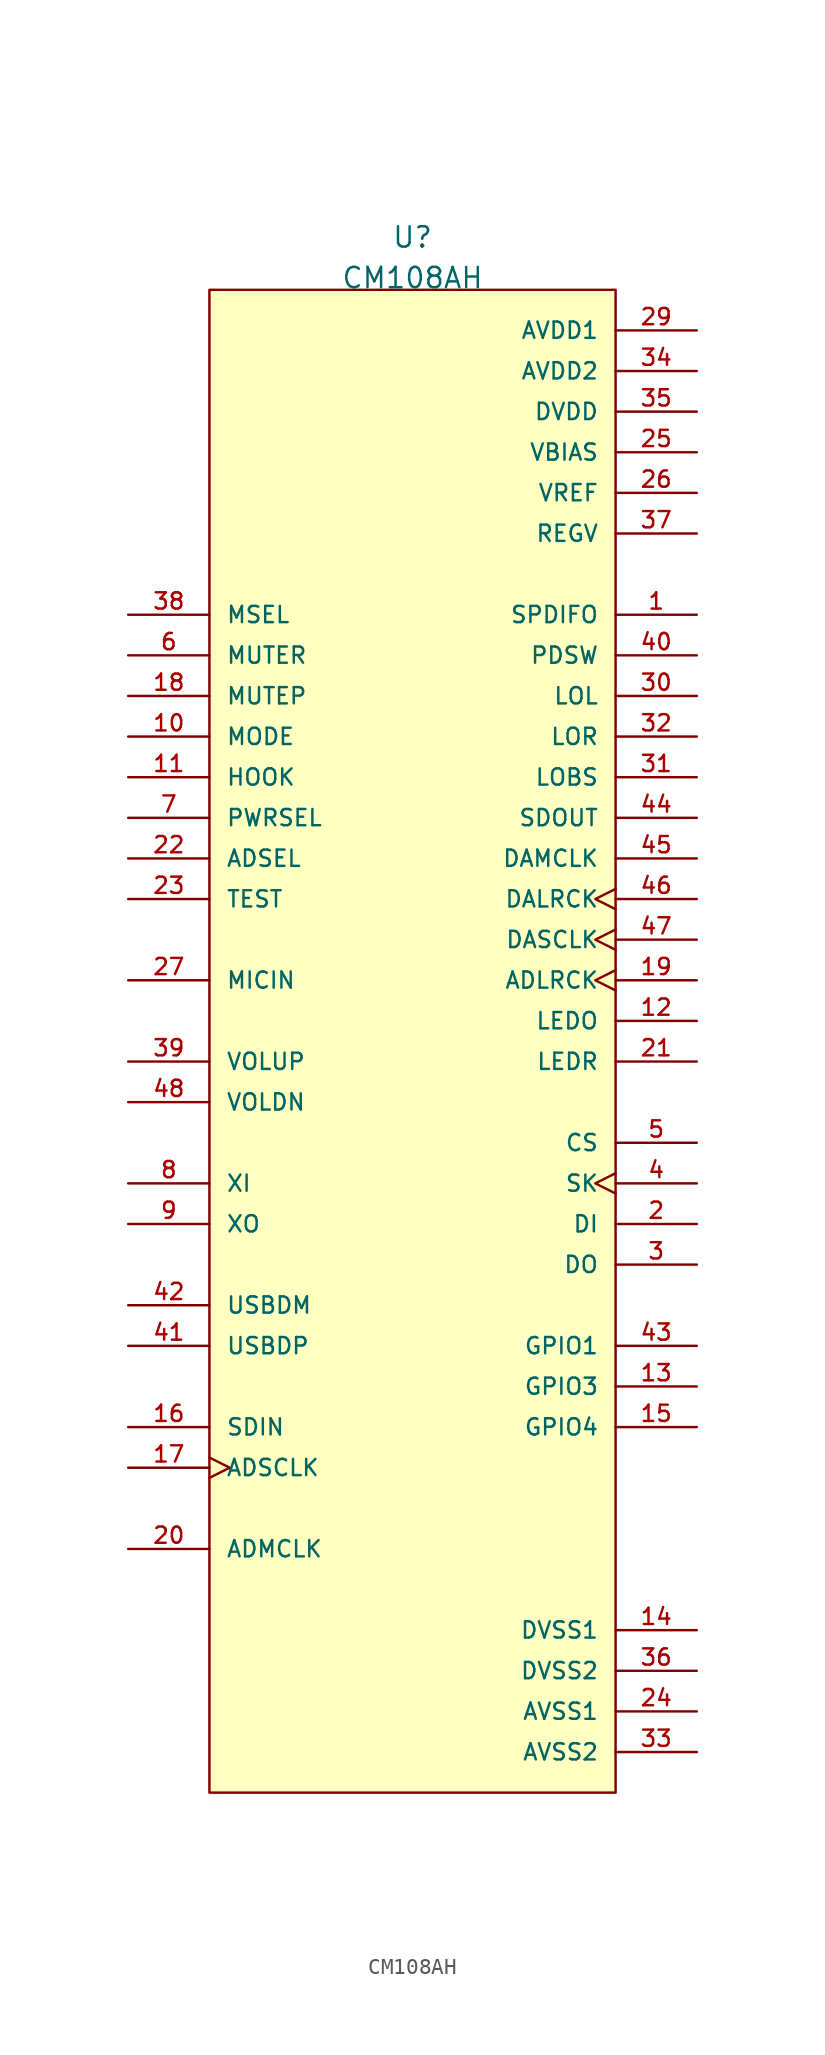
<source format=kicad_sym>
(kicad_symbol_lib
  (version 20211014)
  (generator kicad_symbol_editor)
  (symbol "CM108AH"
    (pin_names
      (offset 1.016))
    (property "Reference" "U"
      (at 0 50.8 0)
      (effects (font (size 1.27 1.27)) (justify bottom)))
    (property "Value" "CM108AH"
      (at 0 48.26 0)
      (effects (font (size 1.27 1.27)) (justify bottom)))
    (symbol "CM108AH_0_0"
      (rectangle (start -12.7 -45.72) (end 12.7 48.26) (stroke (width 0.152) (type default) (color 0 0 0 0)) (fill (type background)))
      (pin passive line (at 17.78 27.94 180) (length 5.08) (name "SPDIFO" (effects (font (size 1.016 1.016)))) (number "1" (effects (font (size 1.016 1.016)))))
      (pin passive line (at -17.78 20.32 0) (length 5.08) (name "MODE" (effects (font (size 1.016 1.016)))) (number "10" (effects (font (size 1.016 1.016)))))
      (pin passive line (at -17.78 17.78 0) (length 5.08) (name "HOOK" (effects (font (size 1.016 1.016)))) (number "11" (effects (font (size 1.016 1.016)))))
      (pin passive line (at 17.78 2.54 180) (length 5.08) (name "LEDO" (effects (font (size 1.016 1.016)))) (number "12" (effects (font (size 1.016 1.016)))))
      (pin passive line (at 17.78 -20.32 180) (length 5.08) (name "GPIO3" (effects (font (size 1.016 1.016)))) (number "13" (effects (font (size 1.016 1.016)))))
      (pin passive line (at 17.78 -35.56 180) (length 5.08) (name "DVSS1" (effects (font (size 1.016 1.016)))) (number "14" (effects (font (size 1.016 1.016)))))
      (pin passive line (at 17.78 -22.86 180) (length 5.08) (name "GPIO4" (effects (font (size 1.016 1.016)))) (number "15" (effects (font (size 1.016 1.016)))))
      (pin passive line (at -17.78 -22.86 0) (length 5.08) (name "SDIN" (effects (font (size 1.016 1.016)))) (number "16" (effects (font (size 1.016 1.016)))))
      (pin passive clock (at -17.78 -25.4 0) (length 5.08) (name "ADSCLK" (effects (font (size 1.016 1.016)))) (number "17" (effects (font (size 1.016 1.016)))))
      (pin passive line (at -17.78 22.86 0) (length 5.08) (name "MUTEP" (effects (font (size 1.016 1.016)))) (number "18" (effects (font (size 1.016 1.016)))))
      (pin passive clock (at 17.78 5.08 180) (length 5.08) (name "ADLRCK" (effects (font (size 1.016 1.016)))) (number "19" (effects (font (size 1.016 1.016)))))
      (pin passive line (at 17.78 -10.16 180) (length 5.08) (name "DI" (effects (font (size 1.016 1.016)))) (number "2" (effects (font (size 1.016 1.016)))))
      (pin passive line (at -17.78 -30.48 0) (length 5.08) (name "ADMCLK" (effects (font (size 1.016 1.016)))) (number "20" (effects (font (size 1.016 1.016)))))
      (pin passive line (at 17.78 0 180) (length 5.08) (name "LEDR" (effects (font (size 1.016 1.016)))) (number "21" (effects (font (size 1.016 1.016)))))
      (pin passive line (at -17.78 12.7 0) (length 5.08) (name "ADSEL" (effects (font (size 1.016 1.016)))) (number "22" (effects (font (size 1.016 1.016)))))
      (pin passive line (at -17.78 10.16 0) (length 5.08) (name "TEST" (effects (font (size 1.016 1.016)))) (number "23" (effects (font (size 1.016 1.016)))))
      (pin passive line (at 17.78 -40.64 180) (length 5.08) (name "AVSS1" (effects (font (size 1.016 1.016)))) (number "24" (effects (font (size 1.016 1.016)))))
      (pin passive line (at 17.78 38.1 180) (length 5.08) (name "VBIAS" (effects (font (size 1.016 1.016)))) (number "25" (effects (font (size 1.016 1.016)))))
      (pin passive line (at 17.78 35.56 180) (length 5.08) (name "VREF" (effects (font (size 1.016 1.016)))) (number "26" (effects (font (size 1.016 1.016)))))
      (pin passive line (at -17.78 5.08 0) (length 5.08) (name "MICIN" (effects (font (size 1.016 1.016)))) (number "27" (effects (font (size 1.016 1.016)))))
      (pin passive line (at 17.78 45.72 180) (length 5.08) (name "AVDD1" (effects (font (size 1.016 1.016)))) (number "29" (effects (font (size 1.016 1.016)))))
      (pin passive line (at 17.78 -12.7 180) (length 5.08) (name "DO" (effects (font (size 1.016 1.016)))) (number "3" (effects (font (size 1.016 1.016)))))
      (pin passive line (at 17.78 22.86 180) (length 5.08) (name "LOL" (effects (font (size 1.016 1.016)))) (number "30" (effects (font (size 1.016 1.016)))))
      (pin passive line (at 17.78 17.78 180) (length 5.08) (name "LOBS" (effects (font (size 1.016 1.016)))) (number "31" (effects (font (size 1.016 1.016)))))
      (pin passive line (at 17.78 20.32 180) (length 5.08) (name "LOR" (effects (font (size 1.016 1.016)))) (number "32" (effects (font (size 1.016 1.016)))))
      (pin passive line (at 17.78 -43.18 180) (length 5.08) (name "AVSS2" (effects (font (size 1.016 1.016)))) (number "33" (effects (font (size 1.016 1.016)))))
      (pin passive line (at 17.78 43.18 180) (length 5.08) (name "AVDD2" (effects (font (size 1.016 1.016)))) (number "34" (effects (font (size 1.016 1.016)))))
      (pin passive line (at 17.78 40.64 180) (length 5.08) (name "DVDD" (effects (font (size 1.016 1.016)))) (number "35" (effects (font (size 1.016 1.016)))))
      (pin passive line (at 17.78 -38.1 180) (length 5.08) (name "DVSS2" (effects (font (size 1.016 1.016)))) (number "36" (effects (font (size 1.016 1.016)))))
      (pin passive line (at 17.78 33.02 180) (length 5.08) (name "REGV" (effects (font (size 1.016 1.016)))) (number "37" (effects (font (size 1.016 1.016)))))
      (pin passive line (at -17.78 27.94 0) (length 5.08) (name "MSEL" (effects (font (size 1.016 1.016)))) (number "38" (effects (font (size 1.016 1.016)))))
      (pin passive line (at -17.78 0 0) (length 5.08) (name "VOLUP" (effects (font (size 1.016 1.016)))) (number "39" (effects (font (size 1.016 1.016)))))
      (pin passive clock (at 17.78 -7.62 180) (length 5.08) (name "SK" (effects (font (size 1.016 1.016)))) (number "4" (effects (font (size 1.016 1.016)))))
      (pin passive line (at 17.78 25.4 180) (length 5.08) (name "PDSW" (effects (font (size 1.016 1.016)))) (number "40" (effects (font (size 1.016 1.016)))))
      (pin passive line (at -17.78 -17.78 0) (length 5.08) (name "USBDP" (effects (font (size 1.016 1.016)))) (number "41" (effects (font (size 1.016 1.016)))))
      (pin passive line (at -17.78 -15.24 0) (length 5.08) (name "USBDM" (effects (font (size 1.016 1.016)))) (number "42" (effects (font (size 1.016 1.016)))))
      (pin passive line (at 17.78 -17.78 180) (length 5.08) (name "GPIO1" (effects (font (size 1.016 1.016)))) (number "43" (effects (font (size 1.016 1.016)))))
      (pin passive line (at 17.78 15.24 180) (length 5.08) (name "SDOUT" (effects (font (size 1.016 1.016)))) (number "44" (effects (font (size 1.016 1.016)))))
      (pin passive line (at 17.78 12.7 180) (length 5.08) (name "DAMCLK" (effects (font (size 1.016 1.016)))) (number "45" (effects (font (size 1.016 1.016)))))
      (pin passive clock (at 17.78 10.16 180) (length 5.08) (name "DALRCK" (effects (font (size 1.016 1.016)))) (number "46" (effects (font (size 1.016 1.016)))))
      (pin passive clock (at 17.78 7.62 180) (length 5.08) (name "DASCLK" (effects (font (size 1.016 1.016)))) (number "47" (effects (font (size 1.016 1.016)))))
      (pin passive line (at -17.78 -2.54 0) (length 5.08) (name "VOLDN" (effects (font (size 1.016 1.016)))) (number "48" (effects (font (size 1.016 1.016)))))
      (pin passive line (at 17.78 -5.08 180) (length 5.08) (name "CS" (effects (font (size 1.016 1.016)))) (number "5" (effects (font (size 1.016 1.016)))))
      (pin passive line (at -17.78 25.4 0) (length 5.08) (name "MUTER" (effects (font (size 1.016 1.016)))) (number "6" (effects (font (size 1.016 1.016)))))
      (pin passive line (at -17.78 15.24 0) (length 5.08) (name "PWRSEL" (effects (font (size 1.016 1.016)))) (number "7" (effects (font (size 1.016 1.016)))))
      (pin passive line (at -17.78 -7.62 0) (length 5.08) (name "XI" (effects (font (size 1.016 1.016)))) (number "8" (effects (font (size 1.016 1.016)))))
      (pin passive line (at -17.78 -10.16 0) (length 5.08) (name "XO" (effects (font (size 1.016 1.016)))) (number "9" (effects (font (size 1.016 1.016))))))))
</source>
